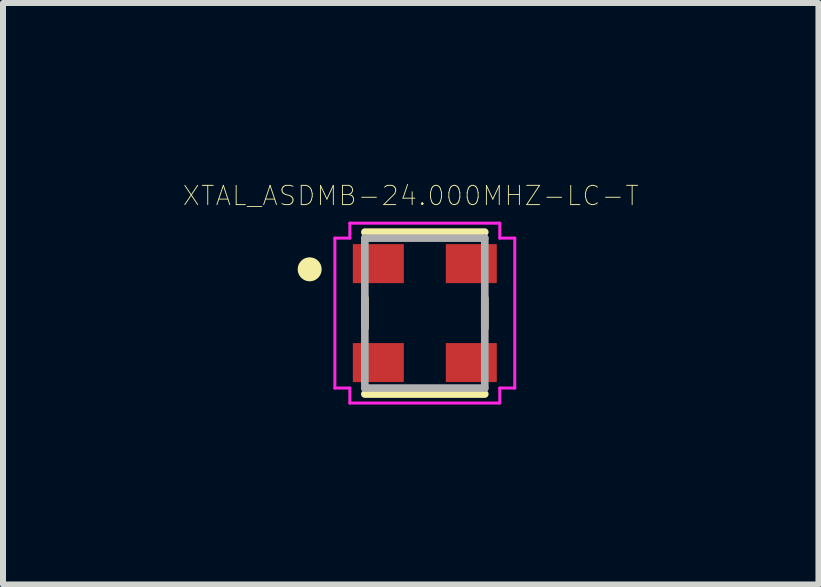
<source format=kicad_pcb>
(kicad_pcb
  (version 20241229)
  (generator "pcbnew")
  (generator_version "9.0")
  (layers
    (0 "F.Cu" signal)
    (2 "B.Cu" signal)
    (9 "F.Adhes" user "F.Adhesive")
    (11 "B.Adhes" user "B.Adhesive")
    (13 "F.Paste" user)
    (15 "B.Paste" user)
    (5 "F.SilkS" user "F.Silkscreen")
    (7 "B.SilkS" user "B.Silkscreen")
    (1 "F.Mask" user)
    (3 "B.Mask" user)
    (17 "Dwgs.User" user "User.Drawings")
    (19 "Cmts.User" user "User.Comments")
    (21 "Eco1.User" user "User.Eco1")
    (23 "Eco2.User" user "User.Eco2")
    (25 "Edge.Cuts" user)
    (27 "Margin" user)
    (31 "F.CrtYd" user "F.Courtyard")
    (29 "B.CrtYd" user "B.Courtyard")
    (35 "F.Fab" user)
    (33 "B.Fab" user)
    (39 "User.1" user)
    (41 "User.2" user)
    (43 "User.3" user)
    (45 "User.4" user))
  (footprint "XTAL_ASDMB-24.000MHZ-LC-T"
    (layer "F.Cu")
    (at 4.034 2.171)
    (property "Reference" "XTAL_ASDMB-24.000MHZ-LC-T" (at -0.234 -1.957 0) (layer "F.SilkS") (effects (font (size 0.321 0.321) (thickness 0.015))))
    (attr through_hole)
    (fp_line (start -1 -0.25) (end -1 0.25) (stroke (width 0.127) (type solid)) (layer "F.SilkS"))
    (fp_line (start 1 -1.35) (end -1 -1.35) (stroke (width 0.127) (type solid)) (layer "F.SilkS"))
    (fp_line (start 1 -0.25) (end 1 0.25) (stroke (width 0.127) (type solid)) (layer "F.SilkS"))
    (fp_line (start 1 1.35) (end -1 1.35) (stroke (width 0.127) (type solid)) (layer "F.SilkS"))
    (fp_circle (center -1.92 -0.73) (end -1.82 -0.73) (stroke (width 0.2) (type solid)) (fill no) (layer "F.SilkS"))
    (fp_line (start -1.5 -1.25) (end -1.25 -1.25) (stroke (width 0.05) (type solid)) (layer "F.CrtYd"))
    (fp_line (start -1.5 1.25) (end -1.5 -1.25) (stroke (width 0.05) (type solid)) (layer "F.CrtYd"))
    (fp_line (start -1.25 -1.5) (end 1.25 -1.5) (stroke (width 0.05) (type solid)) (layer "F.CrtYd"))
    (fp_line (start -1.25 -1.25) (end -1.25 -1.5) (stroke (width 0.05) (type solid)) (layer "F.CrtYd"))
    (fp_line (start -1.25 1.25) (end -1.5 1.25) (stroke (width 0.05) (type solid)) (layer "F.CrtYd"))
    (fp_line (start -1.25 1.5) (end -1.25 1.25) (stroke (width 0.05) (type solid)) (layer "F.CrtYd"))
    (fp_line (start 1.25 -1.5) (end 1.25 -1.25) (stroke (width 0.05) (type solid)) (layer "F.CrtYd"))
    (fp_line (start 1.25 -1.25) (end 1.5 -1.25) (stroke (width 0.05) (type solid)) (layer "F.CrtYd"))
    (fp_line (start 1.25 1.25) (end 1.25 1.5) (stroke (width 0.05) (type solid)) (layer "F.CrtYd"))
    (fp_line (start 1.25 1.5) (end -1.25 1.5) (stroke (width 0.05) (type solid)) (layer "F.CrtYd"))
    (fp_line (start 1.5 -1.25) (end 1.5 1.25) (stroke (width 0.05) (type solid)) (layer "F.CrtYd"))
    (fp_line (start 1.5 1.25) (end 1.25 1.25) (stroke (width 0.05) (type solid)) (layer "F.CrtYd"))
    (fp_line (start -1 -1.25) (end 1 -1.25) (stroke (width 0.127) (type solid)) (layer "F.Fab"))
    (fp_line (start -1 1.25) (end -1 -1.25) (stroke (width 0.127) (type solid)) (layer "F.Fab"))
    (fp_line (start 1 -1.25) (end 1 1.25) (stroke (width 0.127) (type solid)) (layer "F.Fab"))
    (fp_line (start 1 1.25) (end -1 1.25) (stroke (width 0.127) (type solid)) (layer "F.Fab"))
    (pad "1" smd rect (at -0.775 -0.825) (size 0.85 0.65) (layers "F.Cu" "F.Mask" "F.Paste"))
    (pad "2" smd rect (at -0.775 0.825) (size 0.85 0.65) (layers "F.Cu" "F.Mask" "F.Paste"))
    (pad "3" smd rect (at 0.775 0.825) (size 0.85 0.65) (layers "F.Cu" "F.Mask" "F.Paste"))
    (pad "4" smd rect (at 0.775 -0.825) (size 0.85 0.65) (layers "F.Cu" "F.Mask" "F.Paste")))
  (gr_rect
    (start -3 -3)
    (end 10.598 6.696)
    (stroke (width 0.1) (type default))
    (fill no)
    (layer "Edge.Cuts")))
</source>
